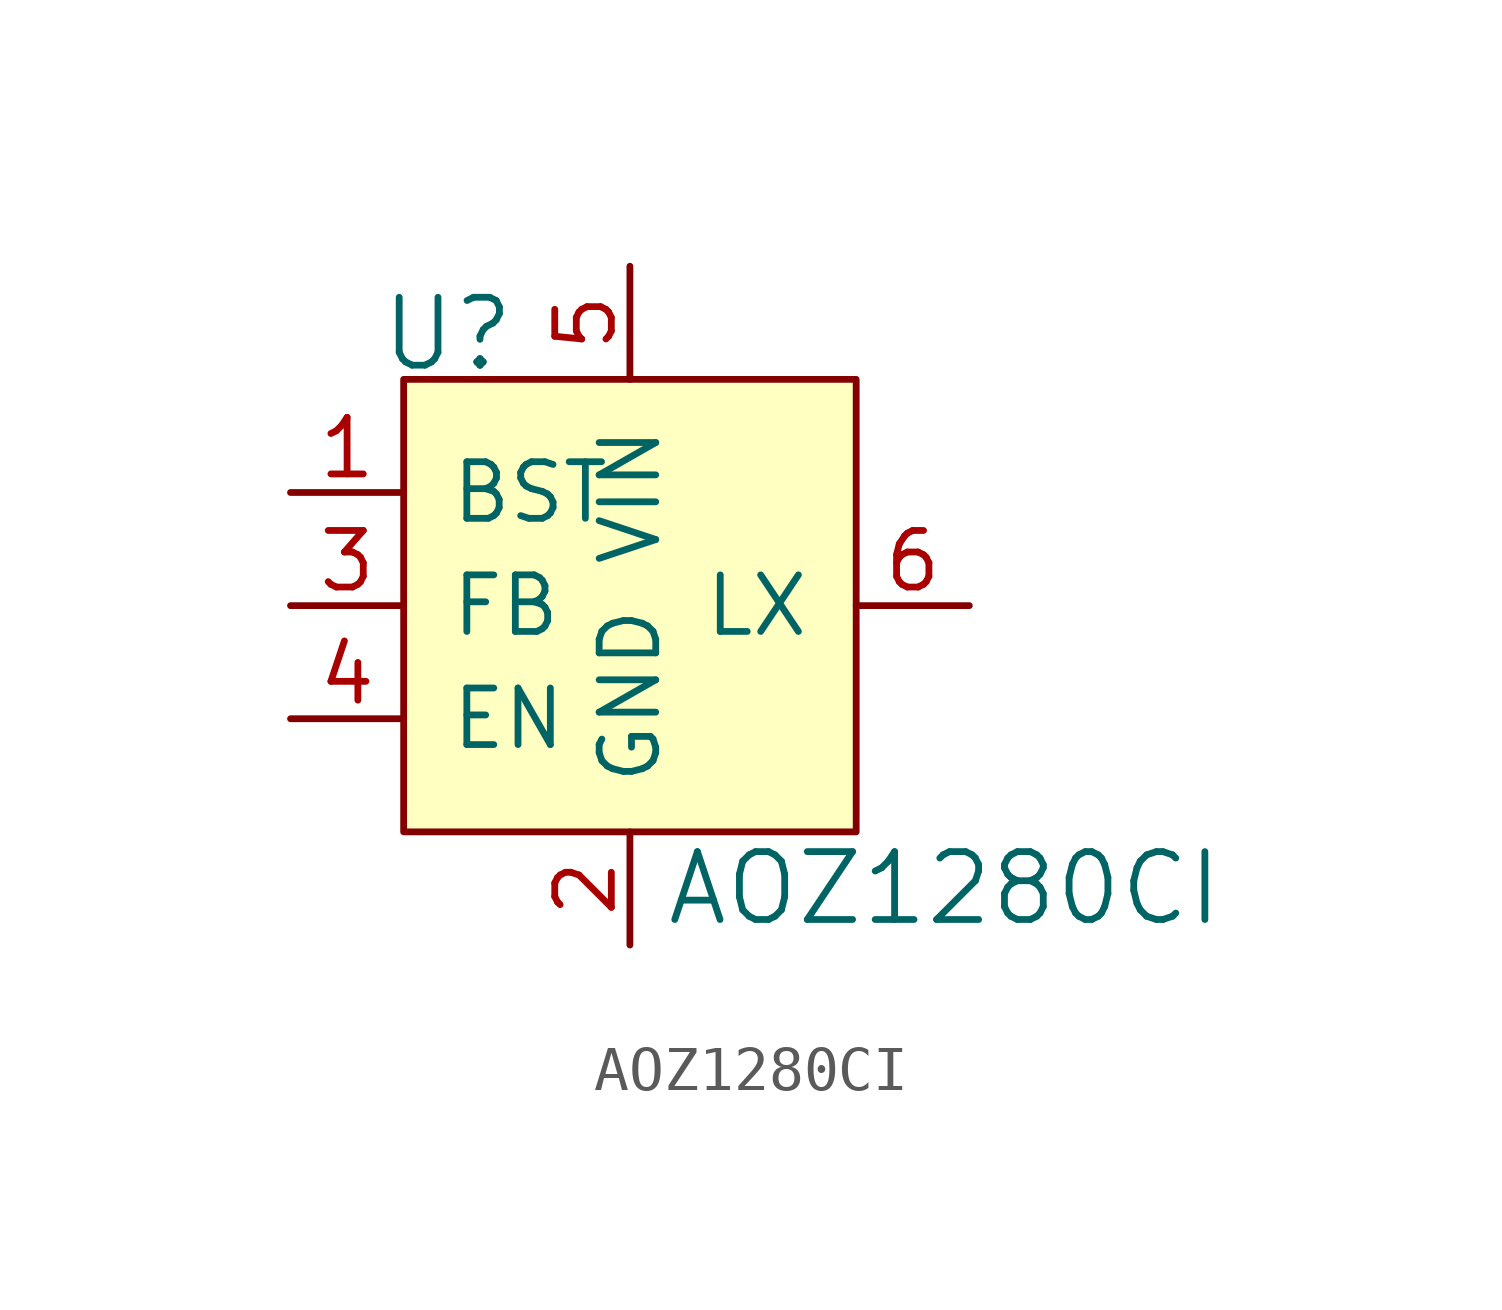
<source format=kicad_sym>
(kicad_symbol_lib
  (version 20220914)
  (generator kicad_symbol_editor)
  (symbol "AOZ1280CI"
    (pin_names
      (offset 1.016))
    (property "Reference" "U"
      (at -2.54 3.556 0)
      (effects (font (size 1.524 1.524)) (justify right)))
    (property "Value" "AOZ1280CI"
      (at 0.762 -8.89 0)
      (effects (font (size 1.524 1.524)) (justify left)))
    (symbol "AOZ1280CI_0_1"
      (rectangle (start -5.08 2.54) (end 5.08 -7.62) (stroke (width 0) (type solid)) (fill (type background))))
    (symbol "AOZ1280CI_1_1"
      (pin passive line (at -7.62 0 0) (length 2.54) (name "BST" (effects (font (size 1.27 1.27)))) (number "1" (effects (font (size 1.27 1.27)))))
      (pin power_in line (at 0 -10.16 90) (length 2.54) (name "GND" (effects (font (size 1.27 1.27)))) (number "2" (effects (font (size 1.27 1.27)))))
      (pin passive line (at -7.62 -2.54 0) (length 2.54) (name "FB" (effects (font (size 1.27 1.27)))) (number "3" (effects (font (size 1.27 1.27)))))
      (pin input line (at -7.62 -5.08 0) (length 2.54) (name "EN" (effects (font (size 1.27 1.27)))) (number "4" (effects (font (size 1.27 1.27)))))
      (pin power_in line (at 0 5.08 270) (length 2.54) (name "VIN" (effects (font (size 1.27 1.27)))) (number "5" (effects (font (size 1.27 1.27)))))
      (pin output line (at 7.62 -2.54 180) (length 2.54) (name "LX" (effects (font (size 1.27 1.27)))) (number "6" (effects (font (size 1.27 1.27))))))))
</source>
